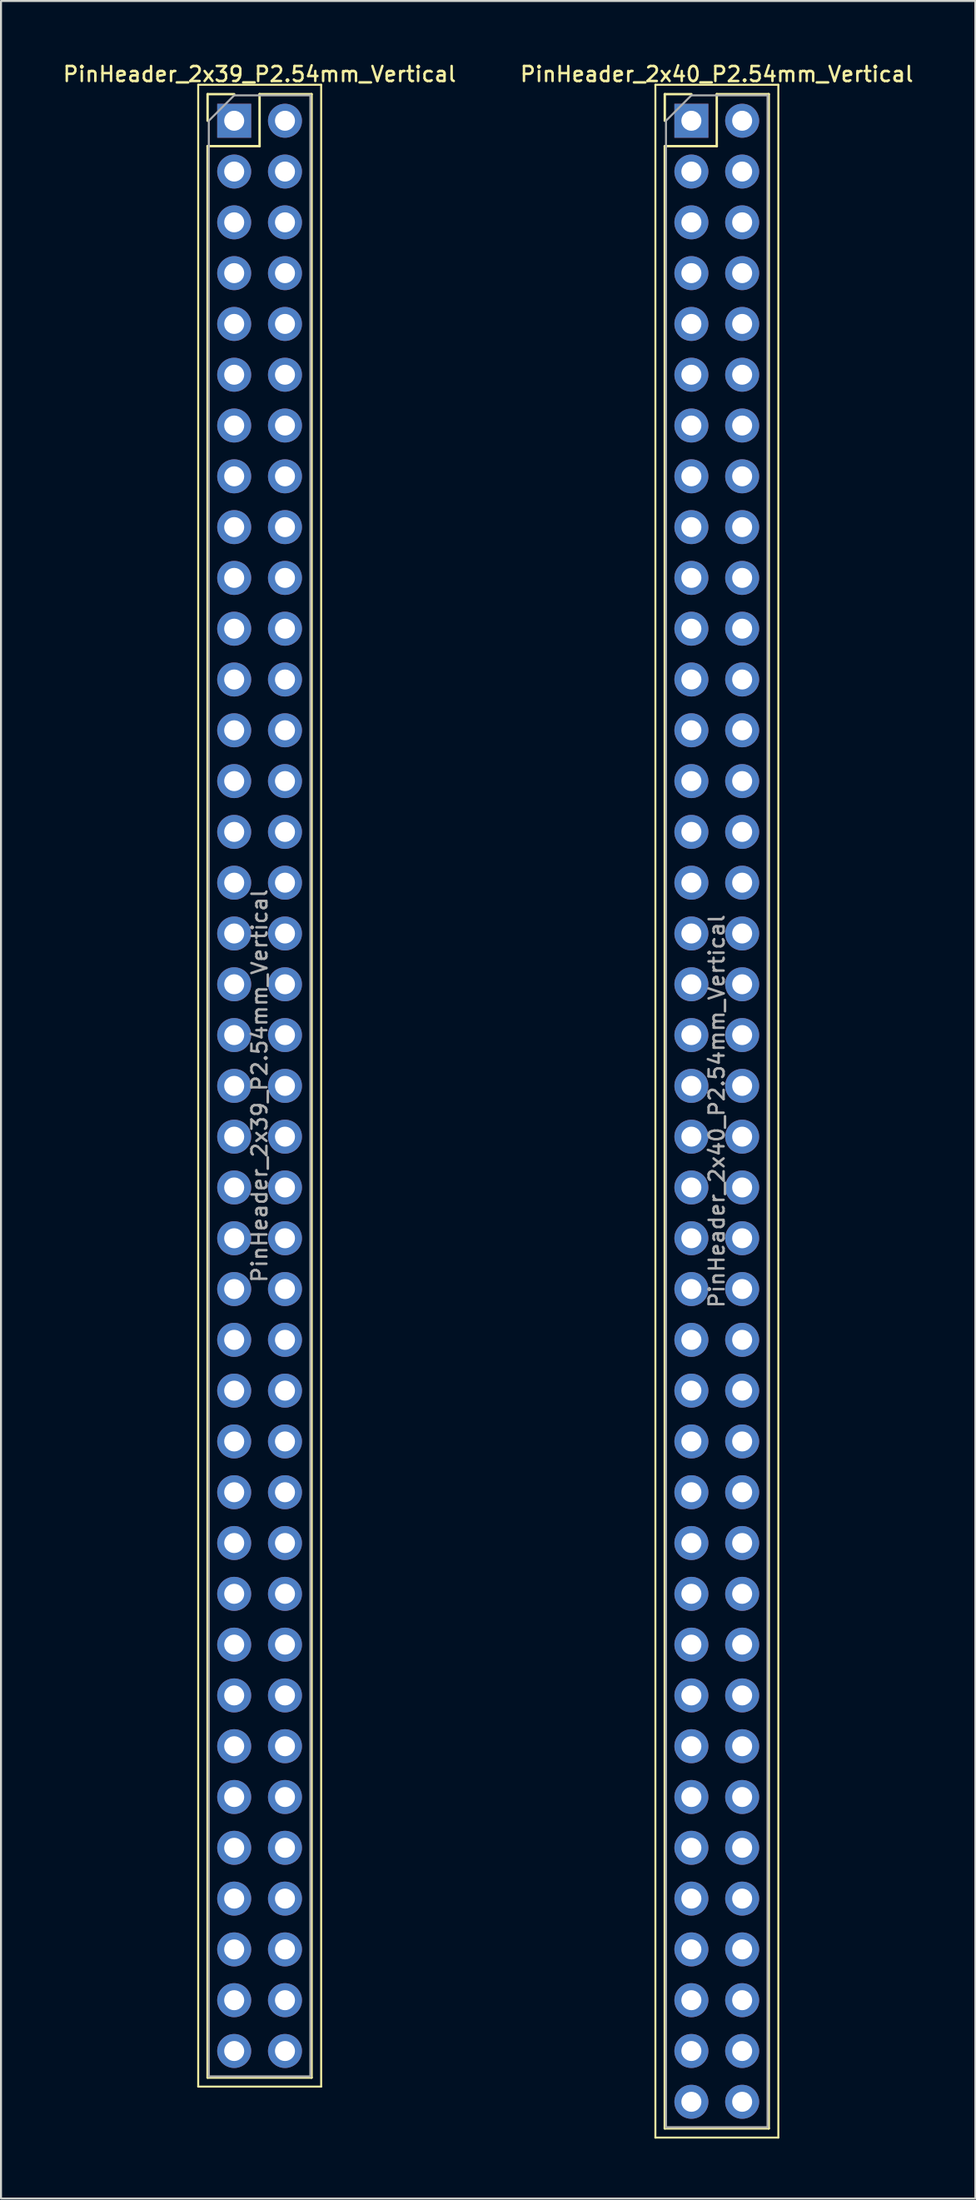
<source format=kicad_pcb>
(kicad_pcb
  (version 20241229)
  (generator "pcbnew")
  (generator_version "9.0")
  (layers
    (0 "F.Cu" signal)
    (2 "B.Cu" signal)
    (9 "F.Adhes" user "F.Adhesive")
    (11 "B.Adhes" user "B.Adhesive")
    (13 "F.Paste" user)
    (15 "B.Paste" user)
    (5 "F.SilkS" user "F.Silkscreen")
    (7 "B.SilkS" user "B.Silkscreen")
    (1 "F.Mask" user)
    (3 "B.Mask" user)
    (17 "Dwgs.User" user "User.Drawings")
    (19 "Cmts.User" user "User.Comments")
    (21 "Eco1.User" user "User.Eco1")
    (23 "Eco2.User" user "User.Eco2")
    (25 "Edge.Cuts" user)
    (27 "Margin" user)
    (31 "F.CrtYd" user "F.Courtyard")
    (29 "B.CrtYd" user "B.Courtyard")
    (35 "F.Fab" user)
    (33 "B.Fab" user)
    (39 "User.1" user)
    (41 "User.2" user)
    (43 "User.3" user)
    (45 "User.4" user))
  (footprint "PinHeader_2x40_P2.54mm_Vertical"
    (layer "F.Cu")
    (at 31.532 2.988)
    (property "Reference" "PinHeader_2x40_P2.54mm_Vertical" (at 1.27 -2.33 0) (layer "F.SilkS") (effects (font (size 0.75 0.75) (thickness 0.125))))
    (attr through_hole)
    (fp_line (start -1.8 -1.8) (end -1.8 100.85) (stroke (width 0.1) (type solid)) (layer "F.SilkS"))
    (fp_line (start -1.8 100.85) (end 4.35 100.85) (stroke (width 0.1) (type solid)) (layer "F.SilkS"))
    (fp_line (start -1.33 -1.33) (end 0 -1.33) (stroke (width 0.12) (type solid)) (layer "F.SilkS"))
    (fp_line (start -1.33 0) (end -1.33 -1.33) (stroke (width 0.12) (type solid)) (layer "F.SilkS"))
    (fp_line (start -1.33 1.27) (end -1.33 100.39) (stroke (width 0.12) (type solid)) (layer "F.SilkS"))
    (fp_line (start -1.33 1.27) (end 1.27 1.27) (stroke (width 0.12) (type solid)) (layer "F.SilkS"))
    (fp_line (start -1.33 100.39) (end 3.87 100.39) (stroke (width 0.12) (type solid)) (layer "F.SilkS"))
    (fp_line (start 1.27 -1.33) (end 3.87 -1.33) (stroke (width 0.12) (type solid)) (layer "F.SilkS"))
    (fp_line (start 1.27 1.27) (end 1.27 -1.33) (stroke (width 0.12) (type solid)) (layer "F.SilkS"))
    (fp_line (start 3.87 -1.33) (end 3.87 100.39) (stroke (width 0.12) (type solid)) (layer "F.SilkS"))
    (fp_line (start 4.35 -1.8) (end -1.8 -1.8) (stroke (width 0.1) (type solid)) (layer "F.SilkS"))
    (fp_line (start 4.35 100.85) (end 4.35 -1.8) (stroke (width 0.1) (type solid)) (layer "F.SilkS"))
    (fp_line (start -1.27 0) (end 0 -1.27) (stroke (width 0.1) (type solid)) (layer "F.Fab"))
    (fp_line (start -1.27 100.33) (end -1.27 0) (stroke (width 0.1) (type solid)) (layer "F.Fab"))
    (fp_line (start 0 -1.27) (end 3.81 -1.27) (stroke (width 0.1) (type solid)) (layer "F.Fab"))
    (fp_line (start 3.81 -1.27) (end 3.81 100.33) (stroke (width 0.1) (type solid)) (layer "F.Fab"))
    (fp_line (start 3.81 100.33) (end -1.27 100.33) (stroke (width 0.1) (type solid)) (layer "F.Fab"))
    (fp_text user "${REFERENCE}" (at 1.27 49.53 90) (layer "F.Fab") (effects (font (size 0.75 0.75) (thickness 0.125))))
    (pad "1" thru_hole rect (at 0 0) (size 1.7 1.7) (drill 1) (layers "*.Cu" "*.Mask"))
    (pad "2" thru_hole oval (at 2.54 0) (size 1.7 1.7) (drill 1) (layers "*.Cu" "*.Mask"))
    (pad "3" thru_hole oval (at 0 2.54) (size 1.7 1.7) (drill 1) (layers "*.Cu" "*.Mask"))
    (pad "4" thru_hole oval (at 2.54 2.54) (size 1.7 1.7) (drill 1) (layers "*.Cu" "*.Mask"))
    (pad "5" thru_hole oval (at 0 5.08) (size 1.7 1.7) (drill 1) (layers "*.Cu" "*.Mask"))
    (pad "6" thru_hole oval (at 2.54 5.08) (size 1.7 1.7) (drill 1) (layers "*.Cu" "*.Mask"))
    (pad "7" thru_hole oval (at 0 7.62) (size 1.7 1.7) (drill 1) (layers "*.Cu" "*.Mask"))
    (pad "8" thru_hole oval (at 2.54 7.62) (size 1.7 1.7) (drill 1) (layers "*.Cu" "*.Mask"))
    (pad "9" thru_hole oval (at 0 10.16) (size 1.7 1.7) (drill 1) (layers "*.Cu" "*.Mask"))
    (pad "10" thru_hole oval (at 2.54 10.16) (size 1.7 1.7) (drill 1) (layers "*.Cu" "*.Mask"))
    (pad "11" thru_hole oval (at 0 12.7) (size 1.7 1.7) (drill 1) (layers "*.Cu" "*.Mask"))
    (pad "12" thru_hole oval (at 2.54 12.7) (size 1.7 1.7) (drill 1) (layers "*.Cu" "*.Mask"))
    (pad "13" thru_hole oval (at 0 15.24) (size 1.7 1.7) (drill 1) (layers "*.Cu" "*.Mask"))
    (pad "14" thru_hole oval (at 2.54 15.24) (size 1.7 1.7) (drill 1) (layers "*.Cu" "*.Mask"))
    (pad "15" thru_hole oval (at 0 17.78) (size 1.7 1.7) (drill 1) (layers "*.Cu" "*.Mask"))
    (pad "16" thru_hole oval (at 2.54 17.78) (size 1.7 1.7) (drill 1) (layers "*.Cu" "*.Mask"))
    (pad "17" thru_hole oval (at 0 20.32) (size 1.7 1.7) (drill 1) (layers "*.Cu" "*.Mask"))
    (pad "18" thru_hole oval (at 2.54 20.32) (size 1.7 1.7) (drill 1) (layers "*.Cu" "*.Mask"))
    (pad "19" thru_hole oval (at 0 22.86) (size 1.7 1.7) (drill 1) (layers "*.Cu" "*.Mask"))
    (pad "20" thru_hole oval (at 2.54 22.86) (size 1.7 1.7) (drill 1) (layers "*.Cu" "*.Mask"))
    (pad "21" thru_hole oval (at 0 25.4) (size 1.7 1.7) (drill 1) (layers "*.Cu" "*.Mask"))
    (pad "22" thru_hole oval (at 2.54 25.4) (size 1.7 1.7) (drill 1) (layers "*.Cu" "*.Mask"))
    (pad "23" thru_hole oval (at 0 27.94) (size 1.7 1.7) (drill 1) (layers "*.Cu" "*.Mask"))
    (pad "24" thru_hole oval (at 2.54 27.94) (size 1.7 1.7) (drill 1) (layers "*.Cu" "*.Mask"))
    (pad "25" thru_hole oval (at 0 30.48) (size 1.7 1.7) (drill 1) (layers "*.Cu" "*.Mask"))
    (pad "26" thru_hole oval (at 2.54 30.48) (size 1.7 1.7) (drill 1) (layers "*.Cu" "*.Mask"))
    (pad "27" thru_hole oval (at 0 33.02) (size 1.7 1.7) (drill 1) (layers "*.Cu" "*.Mask"))
    (pad "28" thru_hole oval (at 2.54 33.02) (size 1.7 1.7) (drill 1) (layers "*.Cu" "*.Mask"))
    (pad "29" thru_hole oval (at 0 35.56) (size 1.7 1.7) (drill 1) (layers "*.Cu" "*.Mask"))
    (pad "30" thru_hole oval (at 2.54 35.56) (size 1.7 1.7) (drill 1) (layers "*.Cu" "*.Mask"))
    (pad "31" thru_hole oval (at 0 38.1) (size 1.7 1.7) (drill 1) (layers "*.Cu" "*.Mask"))
    (pad "32" thru_hole oval (at 2.54 38.1) (size 1.7 1.7) (drill 1) (layers "*.Cu" "*.Mask"))
    (pad "33" thru_hole oval (at 0 40.64) (size 1.7 1.7) (drill 1) (layers "*.Cu" "*.Mask"))
    (pad "34" thru_hole oval (at 2.54 40.64) (size 1.7 1.7) (drill 1) (layers "*.Cu" "*.Mask"))
    (pad "35" thru_hole oval (at 0 43.18) (size 1.7 1.7) (drill 1) (layers "*.Cu" "*.Mask"))
    (pad "36" thru_hole oval (at 2.54 43.18) (size 1.7 1.7) (drill 1) (layers "*.Cu" "*.Mask"))
    (pad "37" thru_hole oval (at 0 45.72) (size 1.7 1.7) (drill 1) (layers "*.Cu" "*.Mask"))
    (pad "38" thru_hole oval (at 2.54 45.72) (size 1.7 1.7) (drill 1) (layers "*.Cu" "*.Mask"))
    (pad "39" thru_hole oval (at 0 48.26) (size 1.7 1.7) (drill 1) (layers "*.Cu" "*.Mask"))
    (pad "40" thru_hole oval (at 2.54 48.26) (size 1.7 1.7) (drill 1) (layers "*.Cu" "*.Mask"))
    (pad "41" thru_hole oval (at 0 50.8) (size 1.7 1.7) (drill 1) (layers "*.Cu" "*.Mask"))
    (pad "42" thru_hole oval (at 2.54 50.8) (size 1.7 1.7) (drill 1) (layers "*.Cu" "*.Mask"))
    (pad "43" thru_hole oval (at 0 53.34) (size 1.7 1.7) (drill 1) (layers "*.Cu" "*.Mask"))
    (pad "44" thru_hole oval (at 2.54 53.34) (size 1.7 1.7) (drill 1) (layers "*.Cu" "*.Mask"))
    (pad "45" thru_hole oval (at 0 55.88) (size 1.7 1.7) (drill 1) (layers "*.Cu" "*.Mask"))
    (pad "46" thru_hole oval (at 2.54 55.88) (size 1.7 1.7) (drill 1) (layers "*.Cu" "*.Mask"))
    (pad "47" thru_hole oval (at 0 58.42) (size 1.7 1.7) (drill 1) (layers "*.Cu" "*.Mask"))
    (pad "48" thru_hole oval (at 2.54 58.42) (size 1.7 1.7) (drill 1) (layers "*.Cu" "*.Mask"))
    (pad "49" thru_hole oval (at 0 60.96) (size 1.7 1.7) (drill 1) (layers "*.Cu" "*.Mask"))
    (pad "50" thru_hole oval (at 2.54 60.96) (size 1.7 1.7) (drill 1) (layers "*.Cu" "*.Mask"))
    (pad "51" thru_hole oval (at 0 63.5) (size 1.7 1.7) (drill 1) (layers "*.Cu" "*.Mask"))
    (pad "52" thru_hole oval (at 2.54 63.5) (size 1.7 1.7) (drill 1) (layers "*.Cu" "*.Mask"))
    (pad "53" thru_hole oval (at 0 66.04) (size 1.7 1.7) (drill 1) (layers "*.Cu" "*.Mask"))
    (pad "54" thru_hole oval (at 2.54 66.04) (size 1.7 1.7) (drill 1) (layers "*.Cu" "*.Mask"))
    (pad "55" thru_hole oval (at 0 68.58) (size 1.7 1.7) (drill 1) (layers "*.Cu" "*.Mask"))
    (pad "56" thru_hole oval (at 2.54 68.58) (size 1.7 1.7) (drill 1) (layers "*.Cu" "*.Mask"))
    (pad "57" thru_hole oval (at 0 71.12) (size 1.7 1.7) (drill 1) (layers "*.Cu" "*.Mask"))
    (pad "58" thru_hole oval (at 2.54 71.12) (size 1.7 1.7) (drill 1) (layers "*.Cu" "*.Mask"))
    (pad "59" thru_hole oval (at 0 73.66) (size 1.7 1.7) (drill 1) (layers "*.Cu" "*.Mask"))
    (pad "60" thru_hole oval (at 2.54 73.66) (size 1.7 1.7) (drill 1) (layers "*.Cu" "*.Mask"))
    (pad "61" thru_hole oval (at 0 76.2) (size 1.7 1.7) (drill 1) (layers "*.Cu" "*.Mask"))
    (pad "62" thru_hole oval (at 2.54 76.2) (size 1.7 1.7) (drill 1) (layers "*.Cu" "*.Mask"))
    (pad "63" thru_hole oval (at 0 78.74) (size 1.7 1.7) (drill 1) (layers "*.Cu" "*.Mask"))
    (pad "64" thru_hole oval (at 2.54 78.74) (size 1.7 1.7) (drill 1) (layers "*.Cu" "*.Mask"))
    (pad "65" thru_hole oval (at 0 81.28) (size 1.7 1.7) (drill 1) (layers "*.Cu" "*.Mask"))
    (pad "66" thru_hole oval (at 2.54 81.28) (size 1.7 1.7) (drill 1) (layers "*.Cu" "*.Mask"))
    (pad "67" thru_hole oval (at 0 83.82) (size 1.7 1.7) (drill 1) (layers "*.Cu" "*.Mask"))
    (pad "68" thru_hole oval (at 2.54 83.82) (size 1.7 1.7) (drill 1) (layers "*.Cu" "*.Mask"))
    (pad "69" thru_hole oval (at 0 86.36) (size 1.7 1.7) (drill 1) (layers "*.Cu" "*.Mask"))
    (pad "70" thru_hole oval (at 2.54 86.36) (size 1.7 1.7) (drill 1) (layers "*.Cu" "*.Mask"))
    (pad "71" thru_hole oval (at 0 88.9) (size 1.7 1.7) (drill 1) (layers "*.Cu" "*.Mask"))
    (pad "72" thru_hole oval (at 2.54 88.9) (size 1.7 1.7) (drill 1) (layers "*.Cu" "*.Mask"))
    (pad "73" thru_hole oval (at 0 91.44) (size 1.7 1.7) (drill 1) (layers "*.Cu" "*.Mask"))
    (pad "74" thru_hole oval (at 2.54 91.44) (size 1.7 1.7) (drill 1) (layers "*.Cu" "*.Mask"))
    (pad "75" thru_hole oval (at 0 93.98) (size 1.7 1.7) (drill 1) (layers "*.Cu" "*.Mask"))
    (pad "76" thru_hole oval (at 2.54 93.98) (size 1.7 1.7) (drill 1) (layers "*.Cu" "*.Mask"))
    (pad "77" thru_hole oval (at 0 96.52) (size 1.7 1.7) (drill 1) (layers "*.Cu" "*.Mask"))
    (pad "78" thru_hole oval (at 2.54 96.52) (size 1.7 1.7) (drill 1) (layers "*.Cu" "*.Mask"))
    (pad "79" thru_hole oval (at 0 99.06) (size 1.7 1.7) (drill 1) (layers "*.Cu" "*.Mask"))
    (pad "80" thru_hole oval (at 2.54 99.06) (size 1.7 1.7) (drill 1) (layers "*.Cu" "*.Mask")))
  (footprint "PinHeader_2x39_P2.54mm_Vertical"
    (layer "F.Cu")
    (at 8.664 2.988)
    (property "Reference" "PinHeader_2x39_P2.54mm_Vertical" (at 1.27 -2.33 0) (layer "F.SilkS") (effects (font (size 0.75 0.75) (thickness 0.125))))
    (attr through_hole)
    (fp_line (start -1.8 -1.8) (end -1.8 98.3) (stroke (width 0.1) (type solid)) (layer "F.SilkS"))
    (fp_line (start -1.8 98.3) (end 4.35 98.3) (stroke (width 0.1) (type solid)) (layer "F.SilkS"))
    (fp_line (start -1.33 -1.33) (end 0 -1.33) (stroke (width 0.12) (type solid)) (layer "F.SilkS"))
    (fp_line (start -1.33 0) (end -1.33 -1.33) (stroke (width 0.12) (type solid)) (layer "F.SilkS"))
    (fp_line (start -1.33 1.27) (end -1.33 97.85) (stroke (width 0.12) (type solid)) (layer "F.SilkS"))
    (fp_line (start -1.33 1.27) (end 1.27 1.27) (stroke (width 0.12) (type solid)) (layer "F.SilkS"))
    (fp_line (start -1.33 97.85) (end 3.87 97.85) (stroke (width 0.12) (type solid)) (layer "F.SilkS"))
    (fp_line (start 1.27 -1.33) (end 3.87 -1.33) (stroke (width 0.12) (type solid)) (layer "F.SilkS"))
    (fp_line (start 1.27 1.27) (end 1.27 -1.33) (stroke (width 0.12) (type solid)) (layer "F.SilkS"))
    (fp_line (start 3.87 -1.33) (end 3.87 97.85) (stroke (width 0.12) (type solid)) (layer "F.SilkS"))
    (fp_line (start 4.35 -1.8) (end -1.8 -1.8) (stroke (width 0.1) (type solid)) (layer "F.SilkS"))
    (fp_line (start 4.35 98.3) (end 4.35 -1.8) (stroke (width 0.1) (type solid)) (layer "F.SilkS"))
    (fp_line (start -1.27 0) (end 0 -1.27) (stroke (width 0.1) (type solid)) (layer "F.Fab"))
    (fp_line (start -1.27 97.79) (end -1.27 0) (stroke (width 0.1) (type solid)) (layer "F.Fab"))
    (fp_line (start 0 -1.27) (end 3.81 -1.27) (stroke (width 0.1) (type solid)) (layer "F.Fab"))
    (fp_line (start 3.81 -1.27) (end 3.81 97.79) (stroke (width 0.1) (type solid)) (layer "F.Fab"))
    (fp_line (start 3.81 97.79) (end -1.27 97.79) (stroke (width 0.1) (type solid)) (layer "F.Fab"))
    (fp_text user "${REFERENCE}" (at 1.27 48.26 90) (layer "F.Fab") (effects (font (size 0.75 0.75) (thickness 0.125))))
    (pad "1" thru_hole rect (at 0 0) (size 1.7 1.7) (drill 1) (layers "*.Cu" "*.Mask"))
    (pad "2" thru_hole oval (at 2.54 0) (size 1.7 1.7) (drill 1) (layers "*.Cu" "*.Mask"))
    (pad "3" thru_hole oval (at 0 2.54) (size 1.7 1.7) (drill 1) (layers "*.Cu" "*.Mask"))
    (pad "4" thru_hole oval (at 2.54 2.54) (size 1.7 1.7) (drill 1) (layers "*.Cu" "*.Mask"))
    (pad "5" thru_hole oval (at 0 5.08) (size 1.7 1.7) (drill 1) (layers "*.Cu" "*.Mask"))
    (pad "6" thru_hole oval (at 2.54 5.08) (size 1.7 1.7) (drill 1) (layers "*.Cu" "*.Mask"))
    (pad "7" thru_hole oval (at 0 7.62) (size 1.7 1.7) (drill 1) (layers "*.Cu" "*.Mask"))
    (pad "8" thru_hole oval (at 2.54 7.62) (size 1.7 1.7) (drill 1) (layers "*.Cu" "*.Mask"))
    (pad "9" thru_hole oval (at 0 10.16) (size 1.7 1.7) (drill 1) (layers "*.Cu" "*.Mask"))
    (pad "10" thru_hole oval (at 2.54 10.16) (size 1.7 1.7) (drill 1) (layers "*.Cu" "*.Mask"))
    (pad "11" thru_hole oval (at 0 12.7) (size 1.7 1.7) (drill 1) (layers "*.Cu" "*.Mask"))
    (pad "12" thru_hole oval (at 2.54 12.7) (size 1.7 1.7) (drill 1) (layers "*.Cu" "*.Mask"))
    (pad "13" thru_hole oval (at 0 15.24) (size 1.7 1.7) (drill 1) (layers "*.Cu" "*.Mask"))
    (pad "14" thru_hole oval (at 2.54 15.24) (size 1.7 1.7) (drill 1) (layers "*.Cu" "*.Mask"))
    (pad "15" thru_hole oval (at 0 17.78) (size 1.7 1.7) (drill 1) (layers "*.Cu" "*.Mask"))
    (pad "16" thru_hole oval (at 2.54 17.78) (size 1.7 1.7) (drill 1) (layers "*.Cu" "*.Mask"))
    (pad "17" thru_hole oval (at 0 20.32) (size 1.7 1.7) (drill 1) (layers "*.Cu" "*.Mask"))
    (pad "18" thru_hole oval (at 2.54 20.32) (size 1.7 1.7) (drill 1) (layers "*.Cu" "*.Mask"))
    (pad "19" thru_hole oval (at 0 22.86) (size 1.7 1.7) (drill 1) (layers "*.Cu" "*.Mask"))
    (pad "20" thru_hole oval (at 2.54 22.86) (size 1.7 1.7) (drill 1) (layers "*.Cu" "*.Mask"))
    (pad "21" thru_hole oval (at 0 25.4) (size 1.7 1.7) (drill 1) (layers "*.Cu" "*.Mask"))
    (pad "22" thru_hole oval (at 2.54 25.4) (size 1.7 1.7) (drill 1) (layers "*.Cu" "*.Mask"))
    (pad "23" thru_hole oval (at 0 27.94) (size 1.7 1.7) (drill 1) (layers "*.Cu" "*.Mask"))
    (pad "24" thru_hole oval (at 2.54 27.94) (size 1.7 1.7) (drill 1) (layers "*.Cu" "*.Mask"))
    (pad "25" thru_hole oval (at 0 30.48) (size 1.7 1.7) (drill 1) (layers "*.Cu" "*.Mask"))
    (pad "26" thru_hole oval (at 2.54 30.48) (size 1.7 1.7) (drill 1) (layers "*.Cu" "*.Mask"))
    (pad "27" thru_hole oval (at 0 33.02) (size 1.7 1.7) (drill 1) (layers "*.Cu" "*.Mask"))
    (pad "28" thru_hole oval (at 2.54 33.02) (size 1.7 1.7) (drill 1) (layers "*.Cu" "*.Mask"))
    (pad "29" thru_hole oval (at 0 35.56) (size 1.7 1.7) (drill 1) (layers "*.Cu" "*.Mask"))
    (pad "30" thru_hole oval (at 2.54 35.56) (size 1.7 1.7) (drill 1) (layers "*.Cu" "*.Mask"))
    (pad "31" thru_hole oval (at 0 38.1) (size 1.7 1.7) (drill 1) (layers "*.Cu" "*.Mask"))
    (pad "32" thru_hole oval (at 2.54 38.1) (size 1.7 1.7) (drill 1) (layers "*.Cu" "*.Mask"))
    (pad "33" thru_hole oval (at 0 40.64) (size 1.7 1.7) (drill 1) (layers "*.Cu" "*.Mask"))
    (pad "34" thru_hole oval (at 2.54 40.64) (size 1.7 1.7) (drill 1) (layers "*.Cu" "*.Mask"))
    (pad "35" thru_hole oval (at 0 43.18) (size 1.7 1.7) (drill 1) (layers "*.Cu" "*.Mask"))
    (pad "36" thru_hole oval (at 2.54 43.18) (size 1.7 1.7) (drill 1) (layers "*.Cu" "*.Mask"))
    (pad "37" thru_hole oval (at 0 45.72) (size 1.7 1.7) (drill 1) (layers "*.Cu" "*.Mask"))
    (pad "38" thru_hole oval (at 2.54 45.72) (size 1.7 1.7) (drill 1) (layers "*.Cu" "*.Mask"))
    (pad "39" thru_hole oval (at 0 48.26) (size 1.7 1.7) (drill 1) (layers "*.Cu" "*.Mask"))
    (pad "40" thru_hole oval (at 2.54 48.26) (size 1.7 1.7) (drill 1) (layers "*.Cu" "*.Mask"))
    (pad "41" thru_hole oval (at 0 50.8) (size 1.7 1.7) (drill 1) (layers "*.Cu" "*.Mask"))
    (pad "42" thru_hole oval (at 2.54 50.8) (size 1.7 1.7) (drill 1) (layers "*.Cu" "*.Mask"))
    (pad "43" thru_hole oval (at 0 53.34) (size 1.7 1.7) (drill 1) (layers "*.Cu" "*.Mask"))
    (pad "44" thru_hole oval (at 2.54 53.34) (size 1.7 1.7) (drill 1) (layers "*.Cu" "*.Mask"))
    (pad "45" thru_hole oval (at 0 55.88) (size 1.7 1.7) (drill 1) (layers "*.Cu" "*.Mask"))
    (pad "46" thru_hole oval (at 2.54 55.88) (size 1.7 1.7) (drill 1) (layers "*.Cu" "*.Mask"))
    (pad "47" thru_hole oval (at 0 58.42) (size 1.7 1.7) (drill 1) (layers "*.Cu" "*.Mask"))
    (pad "48" thru_hole oval (at 2.54 58.42) (size 1.7 1.7) (drill 1) (layers "*.Cu" "*.Mask"))
    (pad "49" thru_hole oval (at 0 60.96) (size 1.7 1.7) (drill 1) (layers "*.Cu" "*.Mask"))
    (pad "50" thru_hole oval (at 2.54 60.96) (size 1.7 1.7) (drill 1) (layers "*.Cu" "*.Mask"))
    (pad "51" thru_hole oval (at 0 63.5) (size 1.7 1.7) (drill 1) (layers "*.Cu" "*.Mask"))
    (pad "52" thru_hole oval (at 2.54 63.5) (size 1.7 1.7) (drill 1) (layers "*.Cu" "*.Mask"))
    (pad "53" thru_hole oval (at 0 66.04) (size 1.7 1.7) (drill 1) (layers "*.Cu" "*.Mask"))
    (pad "54" thru_hole oval (at 2.54 66.04) (size 1.7 1.7) (drill 1) (layers "*.Cu" "*.Mask"))
    (pad "55" thru_hole oval (at 0 68.58) (size 1.7 1.7) (drill 1) (layers "*.Cu" "*.Mask"))
    (pad "56" thru_hole oval (at 2.54 68.58) (size 1.7 1.7) (drill 1) (layers "*.Cu" "*.Mask"))
    (pad "57" thru_hole oval (at 0 71.12) (size 1.7 1.7) (drill 1) (layers "*.Cu" "*.Mask"))
    (pad "58" thru_hole oval (at 2.54 71.12) (size 1.7 1.7) (drill 1) (layers "*.Cu" "*.Mask"))
    (pad "59" thru_hole oval (at 0 73.66) (size 1.7 1.7) (drill 1) (layers "*.Cu" "*.Mask"))
    (pad "60" thru_hole oval (at 2.54 73.66) (size 1.7 1.7) (drill 1) (layers "*.Cu" "*.Mask"))
    (pad "61" thru_hole oval (at 0 76.2) (size 1.7 1.7) (drill 1) (layers "*.Cu" "*.Mask"))
    (pad "62" thru_hole oval (at 2.54 76.2) (size 1.7 1.7) (drill 1) (layers "*.Cu" "*.Mask"))
    (pad "63" thru_hole oval (at 0 78.74) (size 1.7 1.7) (drill 1) (layers "*.Cu" "*.Mask"))
    (pad "64" thru_hole oval (at 2.54 78.74) (size 1.7 1.7) (drill 1) (layers "*.Cu" "*.Mask"))
    (pad "65" thru_hole oval (at 0 81.28) (size 1.7 1.7) (drill 1) (layers "*.Cu" "*.Mask"))
    (pad "66" thru_hole oval (at 2.54 81.28) (size 1.7 1.7) (drill 1) (layers "*.Cu" "*.Mask"))
    (pad "67" thru_hole oval (at 0 83.82) (size 1.7 1.7) (drill 1) (layers "*.Cu" "*.Mask"))
    (pad "68" thru_hole oval (at 2.54 83.82) (size 1.7 1.7) (drill 1) (layers "*.Cu" "*.Mask"))
    (pad "69" thru_hole oval (at 0 86.36) (size 1.7 1.7) (drill 1) (layers "*.Cu" "*.Mask"))
    (pad "70" thru_hole oval (at 2.54 86.36) (size 1.7 1.7) (drill 1) (layers "*.Cu" "*.Mask"))
    (pad "71" thru_hole oval (at 0 88.9) (size 1.7 1.7) (drill 1) (layers "*.Cu" "*.Mask"))
    (pad "72" thru_hole oval (at 2.54 88.9) (size 1.7 1.7) (drill 1) (layers "*.Cu" "*.Mask"))
    (pad "73" thru_hole oval (at 0 91.44) (size 1.7 1.7) (drill 1) (layers "*.Cu" "*.Mask"))
    (pad "74" thru_hole oval (at 2.54 91.44) (size 1.7 1.7) (drill 1) (layers "*.Cu" "*.Mask"))
    (pad "75" thru_hole oval (at 0 93.98) (size 1.7 1.7) (drill 1) (layers "*.Cu" "*.Mask"))
    (pad "76" thru_hole oval (at 2.54 93.98) (size 1.7 1.7) (drill 1) (layers "*.Cu" "*.Mask"))
    (pad "77" thru_hole oval (at 0 96.52) (size 1.7 1.7) (drill 1) (layers "*.Cu" "*.Mask"))
    (pad "78" thru_hole oval (at 2.54 96.52) (size 1.7 1.7) (drill 1) (layers "*.Cu" "*.Mask")))
  (gr_rect
    (start -3 -3)
    (end 45.736 106.888)
    (stroke (width 0.1) (type default))
    (fill no)
    (layer "Edge.Cuts")))
</source>
